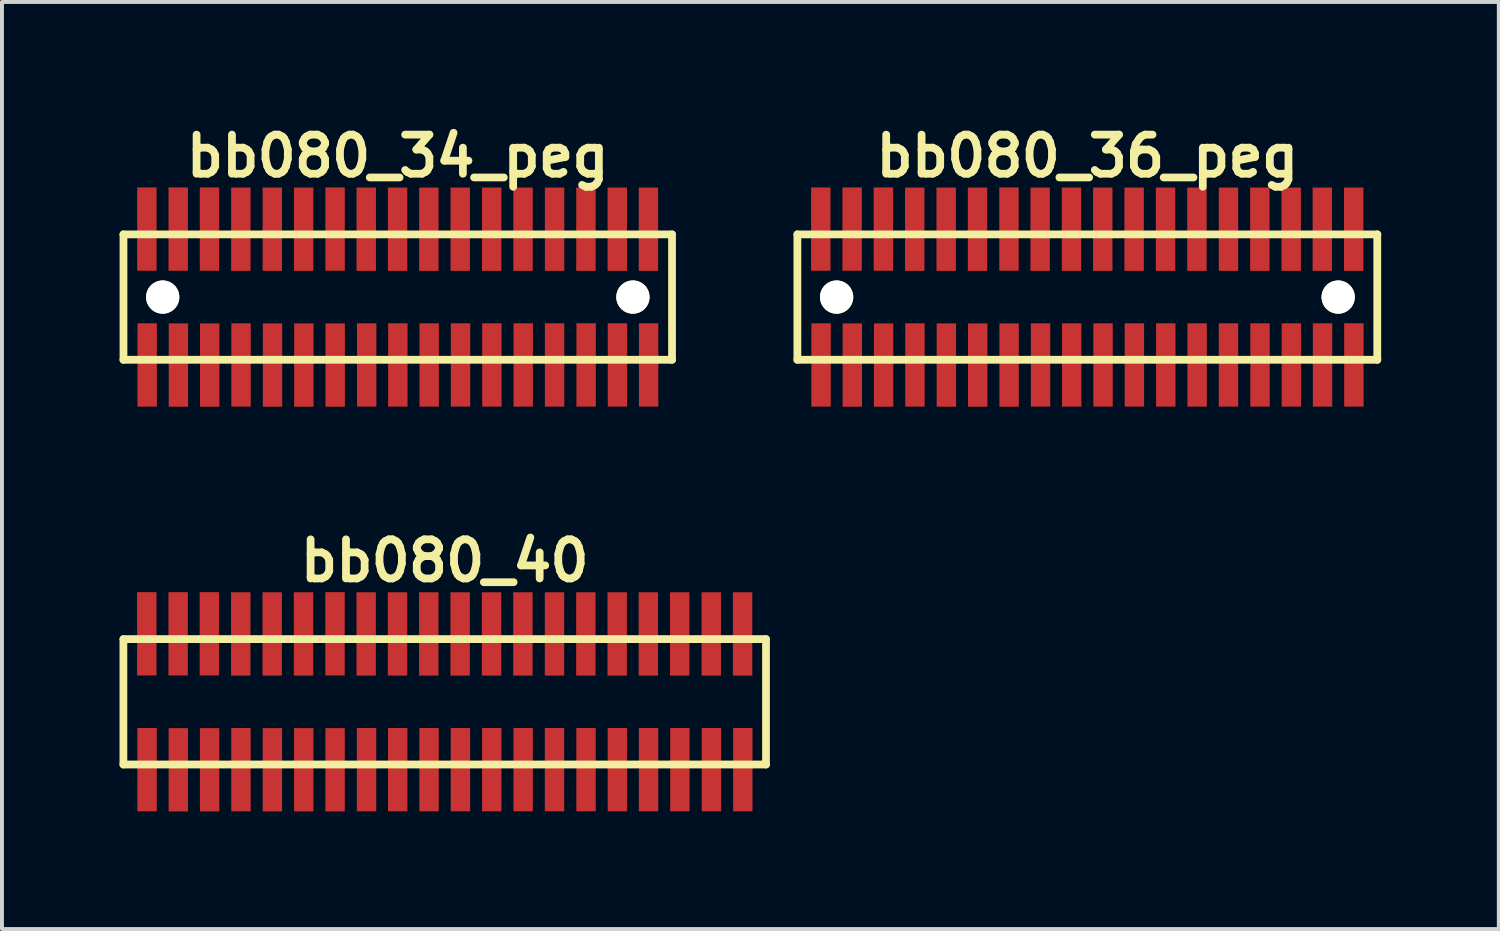
<source format=kicad_pcb>
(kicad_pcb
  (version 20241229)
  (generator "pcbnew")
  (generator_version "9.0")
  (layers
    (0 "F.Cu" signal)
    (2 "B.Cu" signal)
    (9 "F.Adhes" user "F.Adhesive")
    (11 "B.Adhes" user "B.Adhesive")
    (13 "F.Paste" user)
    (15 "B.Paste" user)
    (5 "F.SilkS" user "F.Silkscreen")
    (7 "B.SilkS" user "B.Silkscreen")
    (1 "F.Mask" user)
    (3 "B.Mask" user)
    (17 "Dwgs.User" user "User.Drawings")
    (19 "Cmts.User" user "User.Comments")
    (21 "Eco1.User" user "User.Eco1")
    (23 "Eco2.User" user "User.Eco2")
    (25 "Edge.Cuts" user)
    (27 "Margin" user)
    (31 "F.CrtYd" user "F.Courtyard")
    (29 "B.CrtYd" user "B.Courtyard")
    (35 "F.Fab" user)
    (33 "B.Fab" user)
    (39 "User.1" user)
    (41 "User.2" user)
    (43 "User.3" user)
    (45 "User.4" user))
  (footprint "bb080_34_peg"
    (layer "F.Cu")
    (at 7.099 4.531)
    (property "Reference" "bb080_34_peg" (at 0 -3.599 0) (layer "F.SilkS") (effects (font (size 0.998 0.998) (thickness 0.198))))
    (attr smd)
    (fp_line (start -7 1.6) (end 7 1.6) (stroke (width 0.198) (type solid)) (layer "F.SilkS"))
    (fp_line (start -6.998 -1.6) (end -6.998 1.6) (stroke (width 0.198) (type solid)) (layer "F.SilkS"))
    (fp_line (start 7 -1.6) (end -7 -1.6) (stroke (width 0.198) (type solid)) (layer "F.SilkS"))
    (fp_line (start 7 1.6) (end 7 -1.6) (stroke (width 0.198) (type solid)) (layer "F.SilkS"))
    (pad "" np_thru_hole circle (at -5.997 0) (size 0.848 0.848) (drill 0.848) (layers "*.Cu" "*.Mask" "F.SilkS"))
    (pad "" np_thru_hole circle (at 6.002 0) (size 0.848 0.848) (drill 0.848) (layers "*.Cu" "*.Mask" "F.SilkS"))
    (pad "1" smd rect (at -6.393 1.732) (size 0.495 2.126) (layers "F.Cu" "F.Mask" "F.Paste"))
    (pad "2" smd rect (at -6.401 -1.735) (size 0.495 2.126) (layers "F.Cu" "F.Mask" "F.Paste"))
    (pad "3" smd rect (at -5.596 1.735) (size 0.495 2.126) (layers "F.Cu" "F.Mask" "F.Paste"))
    (pad "4" smd rect (at -5.601 -1.735) (size 0.495 2.126) (layers "F.Cu" "F.Mask" "F.Paste"))
    (pad "5" smd rect (at -4.798 1.735) (size 0.495 2.126) (layers "F.Cu" "F.Mask" "F.Paste"))
    (pad "6" smd rect (at -4.803 -1.735) (size 0.495 2.126) (layers "F.Cu" "F.Mask" "F.Paste"))
    (pad "7" smd rect (at -3.998 1.732) (size 0.495 2.126) (layers "F.Cu" "F.Mask" "F.Paste"))
    (pad "8" smd rect (at -4.003 -1.732) (size 0.495 2.126) (layers "F.Cu" "F.Mask" "F.Paste"))
    (pad "9" smd rect (at -3.195 1.735) (size 0.495 2.126) (layers "F.Cu" "F.Mask" "F.Paste"))
    (pad "10" smd rect (at -3.2 -1.732) (size 0.495 2.126) (layers "F.Cu" "F.Mask" "F.Paste"))
    (pad "11" smd rect (at -2.395 1.735) (size 0.495 2.126) (layers "F.Cu" "F.Mask" "F.Paste"))
    (pad "12" smd rect (at -2.4 -1.732) (size 0.495 2.126) (layers "F.Cu" "F.Mask" "F.Paste"))
    (pad "13" smd rect (at -1.595 1.735) (size 0.495 2.126) (layers "F.Cu" "F.Mask" "F.Paste"))
    (pad "14" smd rect (at -1.598 -1.735) (size 0.495 2.126) (layers "F.Cu" "F.Mask" "F.Paste"))
    (pad "15" smd rect (at -0.792 1.732) (size 0.495 2.126) (layers "F.Cu" "F.Mask" "F.Paste"))
    (pad "16" smd rect (at -0.803 -1.732) (size 0.495 2.126) (layers "F.Cu" "F.Mask" "F.Paste"))
    (pad "17" smd rect (at 0.003 1.732) (size 0.495 2.126) (layers "F.Cu" "F.Mask" "F.Paste"))
    (pad "18" smd rect (at -0.003 -1.732) (size 0.495 2.126) (layers "F.Cu" "F.Mask" "F.Paste"))
    (pad "19" smd rect (at 0.803 1.732) (size 0.495 2.126) (layers "F.Cu" "F.Mask" "F.Paste"))
    (pad "20" smd rect (at 0.795 -1.732) (size 0.495 2.126) (layers "F.Cu" "F.Mask" "F.Paste"))
    (pad "21" smd rect (at 1.603 1.732) (size 0.495 2.126) (layers "F.Cu" "F.Mask" "F.Paste"))
    (pad "22" smd rect (at 1.595 -1.732) (size 0.495 2.126) (layers "F.Cu" "F.Mask" "F.Paste"))
    (pad "23" smd rect (at 2.403 1.732) (size 0.495 2.126) (layers "F.Cu" "F.Mask" "F.Paste"))
    (pad "24" smd rect (at 2.398 -1.732) (size 0.495 2.126) (layers "F.Cu" "F.Mask" "F.Paste"))
    (pad "25" smd rect (at 3.203 1.732) (size 0.495 2.126) (layers "F.Cu" "F.Mask" "F.Paste"))
    (pad "26" smd rect (at 3.198 -1.732) (size 0.495 2.126) (layers "F.Cu" "F.Mask" "F.Paste"))
    (pad "27" smd rect (at 4.003 1.732) (size 0.495 2.126) (layers "F.Cu" "F.Mask" "F.Paste"))
    (pad "28" smd rect (at 4.003 -1.732) (size 0.495 2.126) (layers "F.Cu" "F.Mask" "F.Paste"))
    (pad "29" smd rect (at 4.808 1.732) (size 0.495 2.126) (layers "F.Cu" "F.Mask" "F.Paste"))
    (pad "30" smd rect (at 4.803 -1.732) (size 0.495 2.126) (layers "F.Cu" "F.Mask" "F.Paste"))
    (pad "31" smd rect (at 5.608 1.732) (size 0.495 2.126) (layers "F.Cu" "F.Mask" "F.Paste"))
    (pad "32" smd rect (at 5.603 -1.732) (size 0.495 2.126) (layers "F.Cu" "F.Mask" "F.Paste"))
    (pad "33" smd rect (at 6.403 1.732) (size 0.495 2.126) (layers "F.Cu" "F.Mask" "F.Paste"))
    (pad "34" smd rect (at 6.398 -1.732) (size 0.495 2.126) (layers "F.Cu" "F.Mask" "F.Paste")))
  (footprint "bb080_36_peg"
    (layer "F.Cu")
    (at 24.697 4.531)
    (property "Reference" "bb080_36_peg" (at 0 -3.599 0) (layer "F.SilkS") (effects (font (size 0.998 0.998) (thickness 0.198))))
    (attr smd)
    (fp_line (start -7.399 -1.6) (end -7.399 1.6) (stroke (width 0.198) (type solid)) (layer "F.SilkS"))
    (fp_line (start -7.399 1.6) (end 7.402 1.6) (stroke (width 0.198) (type solid)) (layer "F.SilkS"))
    (fp_line (start 7.399 1.6) (end 7.399 -1.6) (stroke (width 0.198) (type solid)) (layer "F.SilkS"))
    (fp_line (start 7.402 -1.6) (end -7.399 -1.6) (stroke (width 0.198) (type solid)) (layer "F.SilkS"))
    (pad "" np_thru_hole circle (at -6.398 0) (size 0.848 0.848) (drill 0.848) (layers "*.Cu" "*.Mask" "F.SilkS"))
    (pad "" np_thru_hole circle (at 6.401 0) (size 0.848 0.848) (drill 0.848) (layers "*.Cu" "*.Mask" "F.SilkS"))
    (pad "1" smd rect (at -6.795 1.732) (size 0.495 2.126) (layers "F.Cu" "F.Mask" "F.Paste"))
    (pad "2" smd rect (at -6.802 -1.735) (size 0.495 2.126) (layers "F.Cu" "F.Mask" "F.Paste"))
    (pad "3" smd rect (at -5.997 1.735) (size 0.495 2.126) (layers "F.Cu" "F.Mask" "F.Paste"))
    (pad "4" smd rect (at -6.002 -1.735) (size 0.495 2.126) (layers "F.Cu" "F.Mask" "F.Paste"))
    (pad "5" smd rect (at -5.199 1.735) (size 0.495 2.126) (layers "F.Cu" "F.Mask" "F.Paste"))
    (pad "6" smd rect (at -5.204 -1.735) (size 0.495 2.126) (layers "F.Cu" "F.Mask" "F.Paste"))
    (pad "7" smd rect (at -4.399 1.732) (size 0.495 2.126) (layers "F.Cu" "F.Mask" "F.Paste"))
    (pad "8" smd rect (at -4.404 -1.732) (size 0.495 2.126) (layers "F.Cu" "F.Mask" "F.Paste"))
    (pad "9" smd rect (at -3.597 1.735) (size 0.495 2.126) (layers "F.Cu" "F.Mask" "F.Paste"))
    (pad "10" smd rect (at -3.602 -1.732) (size 0.495 2.126) (layers "F.Cu" "F.Mask" "F.Paste"))
    (pad "11" smd rect (at -2.797 1.735) (size 0.495 2.126) (layers "F.Cu" "F.Mask" "F.Paste"))
    (pad "12" smd rect (at -2.802 -1.732) (size 0.495 2.126) (layers "F.Cu" "F.Mask" "F.Paste"))
    (pad "13" smd rect (at -1.996 1.735) (size 0.495 2.126) (layers "F.Cu" "F.Mask" "F.Paste"))
    (pad "14" smd rect (at -1.999 -1.735) (size 0.495 2.126) (layers "F.Cu" "F.Mask" "F.Paste"))
    (pad "15" smd rect (at -1.194 1.732) (size 0.495 2.126) (layers "F.Cu" "F.Mask" "F.Paste"))
    (pad "16" smd rect (at -1.204 -1.732) (size 0.495 2.126) (layers "F.Cu" "F.Mask" "F.Paste"))
    (pad "17" smd rect (at -0.399 1.732) (size 0.495 2.126) (layers "F.Cu" "F.Mask" "F.Paste"))
    (pad "18" smd rect (at -0.404 -1.732) (size 0.495 2.126) (layers "F.Cu" "F.Mask" "F.Paste"))
    (pad "19" smd rect (at 0.401 1.732) (size 0.495 2.126) (layers "F.Cu" "F.Mask" "F.Paste"))
    (pad "20" smd rect (at 0.394 -1.732) (size 0.495 2.126) (layers "F.Cu" "F.Mask" "F.Paste"))
    (pad "21" smd rect (at 1.201 1.732) (size 0.495 2.126) (layers "F.Cu" "F.Mask" "F.Paste"))
    (pad "22" smd rect (at 1.194 -1.732) (size 0.495 2.126) (layers "F.Cu" "F.Mask" "F.Paste"))
    (pad "23" smd rect (at 2.002 1.732) (size 0.495 2.126) (layers "F.Cu" "F.Mask" "F.Paste"))
    (pad "24" smd rect (at 1.996 -1.732) (size 0.495 2.126) (layers "F.Cu" "F.Mask" "F.Paste"))
    (pad "25" smd rect (at 2.802 1.732) (size 0.495 2.126) (layers "F.Cu" "F.Mask" "F.Paste"))
    (pad "26" smd rect (at 2.797 -1.732) (size 0.495 2.126) (layers "F.Cu" "F.Mask" "F.Paste"))
    (pad "27" smd rect (at 3.602 1.732) (size 0.495 2.126) (layers "F.Cu" "F.Mask" "F.Paste"))
    (pad "28" smd rect (at 3.602 -1.732) (size 0.495 2.126) (layers "F.Cu" "F.Mask" "F.Paste"))
    (pad "29" smd rect (at 4.407 1.732) (size 0.495 2.126) (layers "F.Cu" "F.Mask" "F.Paste"))
    (pad "30" smd rect (at 4.402 -1.732) (size 0.495 2.126) (layers "F.Cu" "F.Mask" "F.Paste"))
    (pad "31" smd rect (at 5.207 1.732) (size 0.495 2.126) (layers "F.Cu" "F.Mask" "F.Paste"))
    (pad "32" smd rect (at 5.202 -1.732) (size 0.495 2.126) (layers "F.Cu" "F.Mask" "F.Paste"))
    (pad "33" smd rect (at 6.002 1.732) (size 0.495 2.126) (layers "F.Cu" "F.Mask" "F.Paste"))
    (pad "34" smd rect (at 5.997 -1.732) (size 0.495 2.126) (layers "F.Cu" "F.Mask" "F.Paste"))
    (pad "35" smd rect (at 6.802 1.732) (size 0.495 2.126) (layers "F.Cu" "F.Mask" "F.Paste"))
    (pad "36" smd rect (at 6.797 -1.732) (size 0.495 2.126) (layers "F.Cu" "F.Mask" "F.Paste")))
  (footprint "bb080_40"
    (layer "F.Cu")
    (at 8.298 14.859)
    (property "Reference" "bb080_40" (at 0 -3.599 0) (layer "F.SilkS") (effects (font (size 0.998 0.998) (thickness 0.198))))
    (attr smd)
    (fp_line (start -8.199 -1.6) (end -8.199 1.6) (stroke (width 0.198) (type solid)) (layer "F.SilkS"))
    (fp_line (start -8.199 -1.6) (end 8.199 -1.6) (stroke (width 0.198) (type solid)) (layer "F.SilkS"))
    (fp_line (start 8.199 1.6) (end -8.199 1.6) (stroke (width 0.198) (type solid)) (layer "F.SilkS"))
    (fp_line (start 8.199 1.6) (end 8.199 -1.6) (stroke (width 0.198) (type solid)) (layer "F.SilkS"))
    (pad "1" smd rect (at -7.595 1.732) (size 0.495 2.126) (layers "F.Cu" "F.Mask" "F.Paste"))
    (pad "2" smd rect (at -7.602 -1.735) (size 0.495 2.126) (layers "F.Cu" "F.Mask" "F.Paste"))
    (pad "3" smd rect (at -6.797 1.735) (size 0.495 2.126) (layers "F.Cu" "F.Mask" "F.Paste"))
    (pad "4" smd rect (at -6.802 -1.735) (size 0.495 2.126) (layers "F.Cu" "F.Mask" "F.Paste"))
    (pad "5" smd rect (at -5.999 1.735) (size 0.495 2.126) (layers "F.Cu" "F.Mask" "F.Paste"))
    (pad "6" smd rect (at -6.005 -1.735) (size 0.495 2.126) (layers "F.Cu" "F.Mask" "F.Paste"))
    (pad "7" smd rect (at -5.199 1.732) (size 0.495 2.126) (layers "F.Cu" "F.Mask" "F.Paste"))
    (pad "8" smd rect (at -5.204 -1.732) (size 0.495 2.126) (layers "F.Cu" "F.Mask" "F.Paste"))
    (pad "9" smd rect (at -4.397 1.735) (size 0.495 2.126) (layers "F.Cu" "F.Mask" "F.Paste"))
    (pad "10" smd rect (at -4.402 -1.732) (size 0.495 2.126) (layers "F.Cu" "F.Mask" "F.Paste"))
    (pad "11" smd rect (at -3.597 1.735) (size 0.495 2.126) (layers "F.Cu" "F.Mask" "F.Paste"))
    (pad "12" smd rect (at -3.602 -1.732) (size 0.495 2.126) (layers "F.Cu" "F.Mask" "F.Paste"))
    (pad "13" smd rect (at -2.797 1.735) (size 0.495 2.126) (layers "F.Cu" "F.Mask" "F.Paste"))
    (pad "14" smd rect (at -2.799 -1.735) (size 0.495 2.126) (layers "F.Cu" "F.Mask" "F.Paste"))
    (pad "15" smd rect (at -1.994 1.732) (size 0.495 2.126) (layers "F.Cu" "F.Mask" "F.Paste"))
    (pad "16" smd rect (at -2.004 -1.732) (size 0.495 2.126) (layers "F.Cu" "F.Mask" "F.Paste"))
    (pad "17" smd rect (at -1.199 1.732) (size 0.495 2.126) (layers "F.Cu" "F.Mask" "F.Paste"))
    (pad "18" smd rect (at -1.204 -1.732) (size 0.495 2.126) (layers "F.Cu" "F.Mask" "F.Paste"))
    (pad "19" smd rect (at -0.399 1.732) (size 0.495 2.126) (layers "F.Cu" "F.Mask" "F.Paste"))
    (pad "20" smd rect (at -0.406 -1.732) (size 0.495 2.126) (layers "F.Cu" "F.Mask" "F.Paste"))
    (pad "21" smd rect (at 0.401 1.732) (size 0.495 2.126) (layers "F.Cu" "F.Mask" "F.Paste"))
    (pad "22" smd rect (at 0.394 -1.732) (size 0.495 2.126) (layers "F.Cu" "F.Mask" "F.Paste"))
    (pad "23" smd rect (at 1.201 1.732) (size 0.495 2.126) (layers "F.Cu" "F.Mask" "F.Paste"))
    (pad "24" smd rect (at 1.196 -1.732) (size 0.495 2.126) (layers "F.Cu" "F.Mask" "F.Paste"))
    (pad "25" smd rect (at 2.002 1.732) (size 0.495 2.126) (layers "F.Cu" "F.Mask" "F.Paste"))
    (pad "26" smd rect (at 1.996 -1.732) (size 0.495 2.126) (layers "F.Cu" "F.Mask" "F.Paste"))
    (pad "27" smd rect (at 2.802 1.732) (size 0.495 2.126) (layers "F.Cu" "F.Mask" "F.Paste"))
    (pad "28" smd rect (at 2.802 -1.732) (size 0.495 2.126) (layers "F.Cu" "F.Mask" "F.Paste"))
    (pad "29" smd rect (at 3.607 1.732) (size 0.495 2.126) (layers "F.Cu" "F.Mask" "F.Paste"))
    (pad "30" smd rect (at 3.602 -1.732) (size 0.495 2.126) (layers "F.Cu" "F.Mask" "F.Paste"))
    (pad "31" smd rect (at 4.407 1.732) (size 0.495 2.126) (layers "F.Cu" "F.Mask" "F.Paste"))
    (pad "32" smd rect (at 4.402 -1.732) (size 0.495 2.126) (layers "F.Cu" "F.Mask" "F.Paste"))
    (pad "33" smd rect (at 5.202 1.732) (size 0.495 2.126) (layers "F.Cu" "F.Mask" "F.Paste"))
    (pad "34" smd rect (at 5.197 -1.732) (size 0.495 2.126) (layers "F.Cu" "F.Mask" "F.Paste"))
    (pad "35" smd rect (at 6.002 1.732) (size 0.495 2.126) (layers "F.Cu" "F.Mask" "F.Paste"))
    (pad "36" smd rect (at 5.997 -1.732) (size 0.495 2.126) (layers "F.Cu" "F.Mask" "F.Paste"))
    (pad "37" smd rect (at 6.807 1.732) (size 0.495 2.126) (layers "F.Cu" "F.Mask" "F.Paste"))
    (pad "38" smd rect (at 6.802 -1.732) (size 0.495 2.126) (layers "F.Cu" "F.Mask" "F.Paste"))
    (pad "39" smd rect (at 7.607 1.732) (size 0.495 2.126) (layers "F.Cu" "F.Mask" "F.Paste"))
    (pad "40" smd rect (at 7.602 -1.732) (size 0.495 2.126) (layers "F.Cu" "F.Mask" "F.Paste")))
  (gr_rect
    (start -3 -3)
    (end 35.197 20.657)
    (stroke (width 0.1) (type default))
    (fill no)
    (layer "Edge.Cuts")))
</source>
